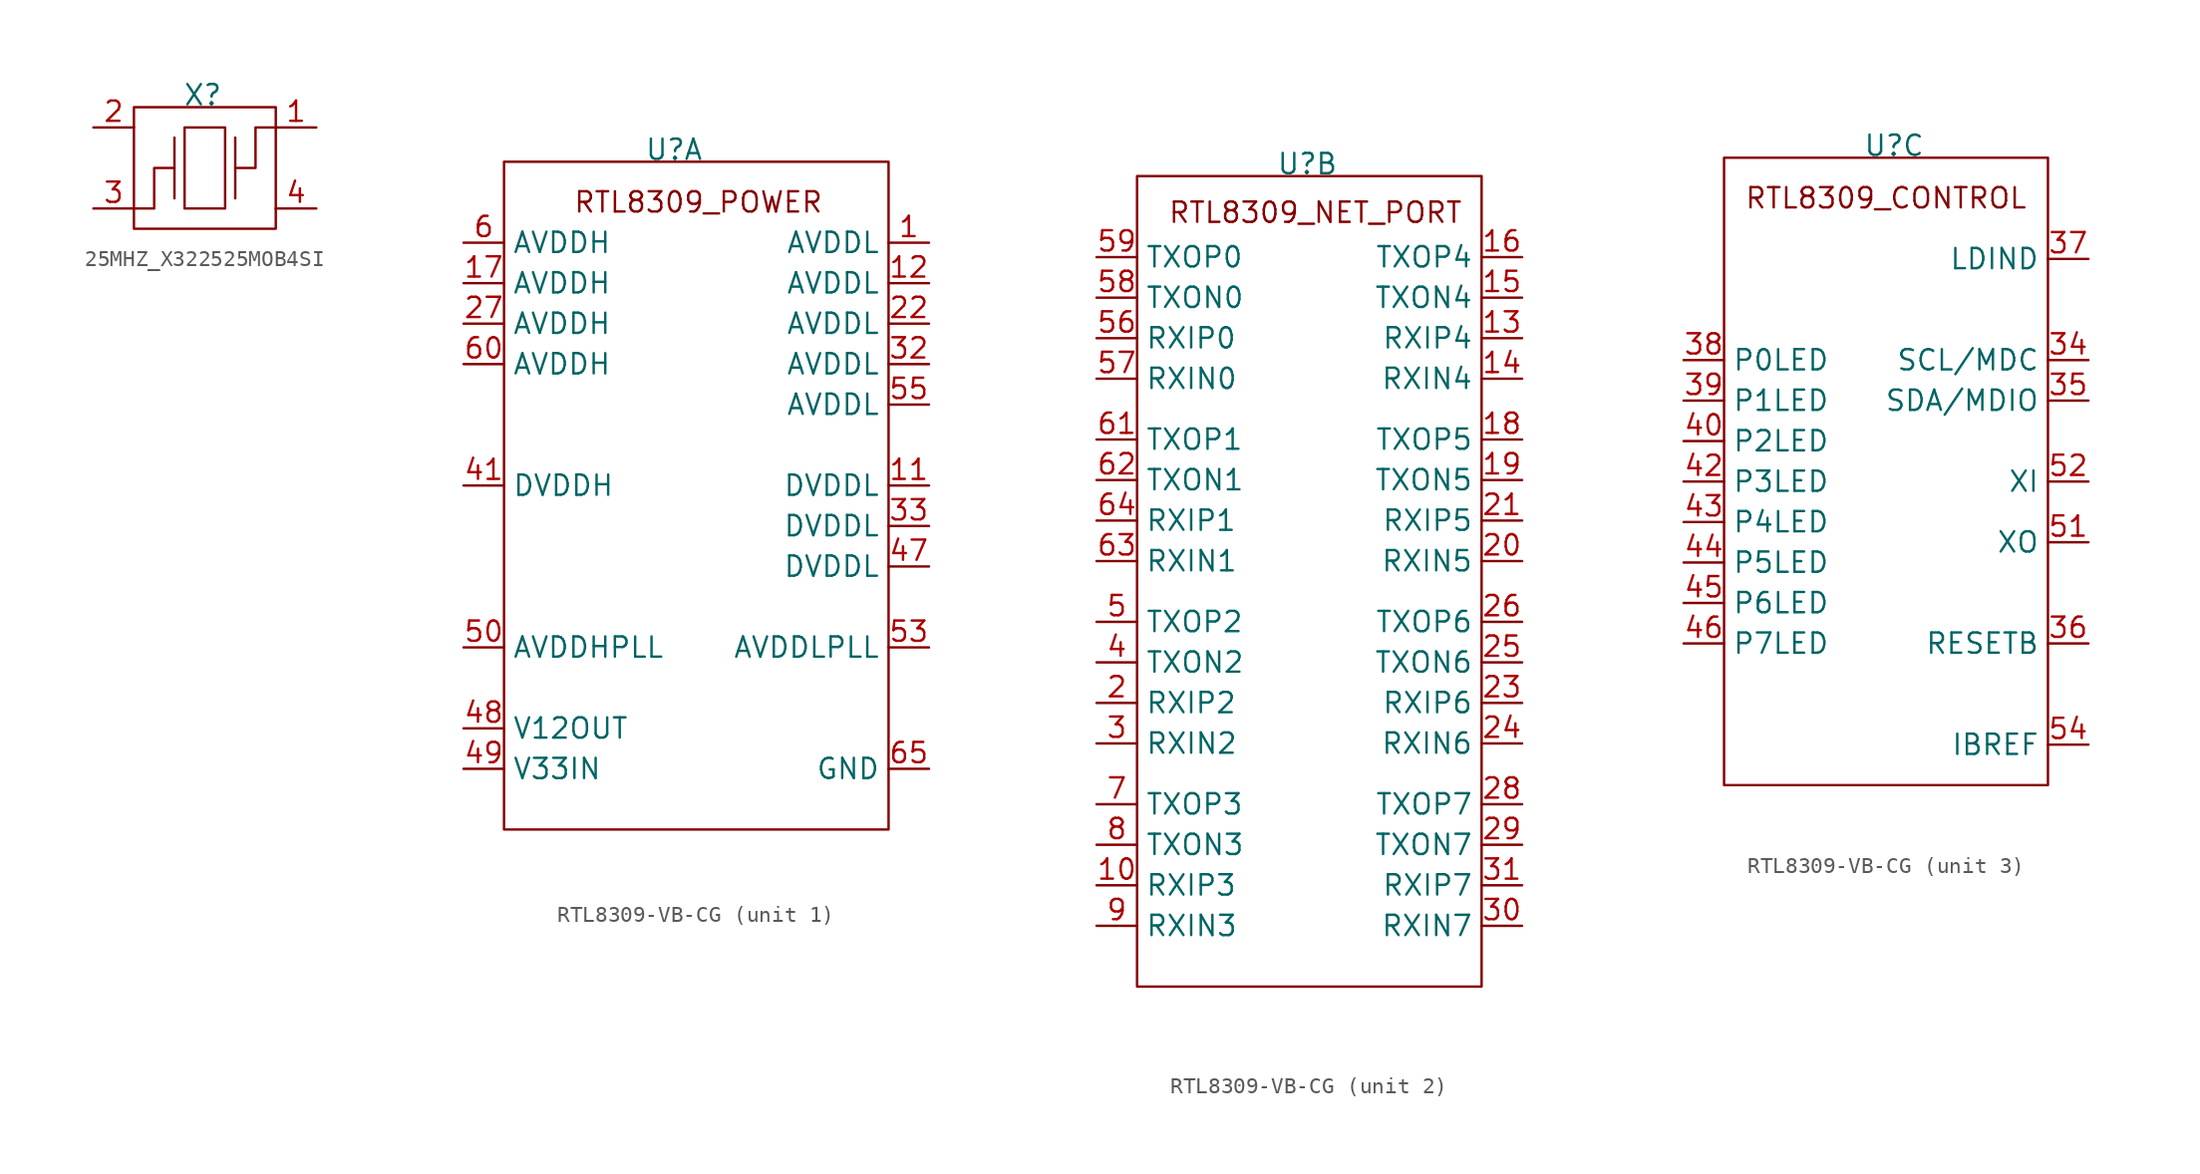
<source format=kicad_sym>
(kicad_symbol_lib
  (version 20231120)
  (generator "kicad_symbol_editor")
  (generator_version "8.0")
  (symbol "25MHZ_X322525MOB4SI"
    (property "Reference" "X"
      (at 4.318 0.762 0)
      (effects (font (size 1.27 1.27))))
    (property "Value" ""
      (at 0 0 0)
      (effects (font (size 1.27 1.27))))
    (symbol "25MHZ_X322525MOB4SI_0_1"
      (polyline (pts (xy 2.54 -1.905) (xy 2.54 -5.715)) (stroke (width 0) (type default)) (fill (type none)))
      (polyline (pts (xy 6.35 -1.905) (xy 6.35 -5.715)) (stroke (width 0) (type default)) (fill (type none)))
      (polyline (pts (xy 2.54 -3.81) (xy 1.27 -3.81) (xy 1.27 -6.35) (xy 0 -6.35)) (stroke (width 0) (type default)) (fill (type none)))
      (polyline (pts (xy 6.35 -3.81) (xy 7.62 -3.81) (xy 7.62 -1.27) (xy 8.89 -1.27)) (stroke (width 0) (type default)) (fill (type none)))
      (rectangle (start 0 0) (end 8.89 -7.62) (stroke (width 0) (type default)) (fill (type none)))
      (rectangle (start 3.175 -1.27) (end 5.715 -6.35) (stroke (width 0) (type default)) (fill (type none))))
    (symbol "25MHZ_X322525MOB4SI_1_1"
      (pin bidirectional line (at 11.43 -1.27 180) (length 2.54) (name "" (effects (font (size 1.27 1.27)))) (number "1" (effects (font (size 1.27 1.27)))))
      (pin bidirectional line (at -2.54 -1.27 0) (length 2.54) (name "" (effects (font (size 1.27 1.27)))) (number "2" (effects (font (size 1.27 1.27)))))
      (pin bidirectional line (at -2.54 -6.35 0) (length 2.54) (name "" (effects (font (size 1.27 1.27)))) (number "3" (effects (font (size 1.27 1.27)))))
      (pin bidirectional line (at 11.43 -6.35 180) (length 2.54) (name "" (effects (font (size 1.27 1.27)))) (number "4" (effects (font (size 1.27 1.27)))))))
  (symbol "RTL8309-VB-CG"
    (property "Reference" "U"
      (at 10.668 0.762 0)
      (effects (font (size 1.27 1.27))))
    (property "Value" ""
      (at 0 0 0)
      (effects (font (size 1.27 1.27))))
    (property "ki_locked" ""
      (at 0 0 0)
      (effects (font (size 1.27 1.27))))
    (symbol "RTL8309-VB-CG_1_1"
      (rectangle (start 0 0) (end 24.13 -41.91) (stroke (width 0) (type default)) (fill (type none)))
      (text "RTL8309_POWER" (at 12.192 -2.54 0) (effects (font (size 1.27 1.27))))
      (pin power_in line (at 26.67 -5.08 180) (length 2.54) (name "AVDDL" (effects (font (size 1.27 1.27)))) (number "1" (effects (font (size 1.27 1.27)))))
      (pin power_in line (at 26.67 -20.32 180) (length 2.54) (name "DVDDL" (effects (font (size 1.27 1.27)))) (number "11" (effects (font (size 1.27 1.27)))))
      (pin power_in line (at 26.67 -7.62 180) (length 2.54) (name "AVDDL" (effects (font (size 1.27 1.27)))) (number "12" (effects (font (size 1.27 1.27)))))
      (pin power_in line (at -2.54 -7.62 0) (length 2.54) (name "AVDDH" (effects (font (size 1.27 1.27)))) (number "17" (effects (font (size 1.27 1.27)))))
      (pin power_in line (at 26.67 -10.16 180) (length 2.54) (name "AVDDL" (effects (font (size 1.27 1.27)))) (number "22" (effects (font (size 1.27 1.27)))))
      (pin power_in line (at -2.54 -10.16 0) (length 2.54) (name "AVDDH" (effects (font (size 1.27 1.27)))) (number "27" (effects (font (size 1.27 1.27)))))
      (pin power_in line (at 26.67 -12.7 180) (length 2.54) (name "AVDDL" (effects (font (size 1.27 1.27)))) (number "32" (effects (font (size 1.27 1.27)))))
      (pin power_in line (at 26.67 -22.86 180) (length 2.54) (name "DVDDL" (effects (font (size 1.27 1.27)))) (number "33" (effects (font (size 1.27 1.27)))))
      (pin power_in line (at -2.54 -20.32 0) (length 2.54) (name "DVDDH" (effects (font (size 1.27 1.27)))) (number "41" (effects (font (size 1.27 1.27)))))
      (pin power_in line (at 26.67 -25.4 180) (length 2.54) (name "DVDDL" (effects (font (size 1.27 1.27)))) (number "47" (effects (font (size 1.27 1.27)))))
      (pin power_out line (at -2.54 -35.56 0) (length 2.54) (name "V12OUT" (effects (font (size 1.27 1.27)))) (number "48" (effects (font (size 1.27 1.27)))))
      (pin power_in line (at -2.54 -38.1 0) (length 2.54) (name "V33IN" (effects (font (size 1.27 1.27)))) (number "49" (effects (font (size 1.27 1.27)))))
      (pin power_in line (at -2.54 -30.48 0) (length 2.54) (name "AVDDHPLL" (effects (font (size 1.27 1.27)))) (number "50" (effects (font (size 1.27 1.27)))))
      (pin power_in line (at 26.67 -30.48 180) (length 2.54) (name "AVDDLPLL" (effects (font (size 1.27 1.27)))) (number "53" (effects (font (size 1.27 1.27)))))
      (pin power_in line (at 26.67 -15.24 180) (length 2.54) (name "AVDDL" (effects (font (size 1.27 1.27)))) (number "55" (effects (font (size 1.27 1.27)))))
      (pin power_in line (at -2.54 -5.08 0) (length 2.54) (name "AVDDH" (effects (font (size 1.27 1.27)))) (number "6" (effects (font (size 1.27 1.27)))))
      (pin power_in line (at -2.54 -12.7 0) (length 2.54) (name "AVDDH" (effects (font (size 1.27 1.27)))) (number "60" (effects (font (size 1.27 1.27)))))
      (pin power_in line (at 26.67 -38.1 180) (length 2.54) (name "GND" (effects (font (size 1.27 1.27)))) (number "65" (effects (font (size 1.27 1.27))))))
    (symbol "RTL8309-VB-CG_2_1"
      (rectangle (start 0 0) (end 21.59 -50.8) (stroke (width 0) (type default)) (fill (type none)))
      (text "RTL8309_NET_PORT\n" (at 11.176 -2.286 0) (effects (font (size 1.27 1.27))))
      (pin bidirectional line (at -2.54 -44.45 0) (length 2.54) (name "RXIP3" (effects (font (size 1.27 1.27)))) (number "10" (effects (font (size 1.27 1.27)))))
      (pin bidirectional line (at 24.13 -10.16 180) (length 2.54) (name "RXIP4" (effects (font (size 1.27 1.27)))) (number "13" (effects (font (size 1.27 1.27)))))
      (pin bidirectional line (at 24.13 -12.7 180) (length 2.54) (name "RXIN4" (effects (font (size 1.27 1.27)))) (number "14" (effects (font (size 1.27 1.27)))))
      (pin bidirectional line (at 24.13 -7.62 180) (length 2.54) (name "TXON4" (effects (font (size 1.27 1.27)))) (number "15" (effects (font (size 1.27 1.27)))))
      (pin bidirectional line (at 24.13 -5.08 180) (length 2.54) (name "TXOP4" (effects (font (size 1.27 1.27)))) (number "16" (effects (font (size 1.27 1.27)))))
      (pin bidirectional line (at 24.13 -16.51 180) (length 2.54) (name "TXOP5" (effects (font (size 1.27 1.27)))) (number "18" (effects (font (size 1.27 1.27)))))
      (pin bidirectional line (at 24.13 -19.05 180) (length 2.54) (name "TXON5" (effects (font (size 1.27 1.27)))) (number "19" (effects (font (size 1.27 1.27)))))
      (pin bidirectional line (at -2.54 -33.02 0) (length 2.54) (name "RXIP2" (effects (font (size 1.27 1.27)))) (number "2" (effects (font (size 1.27 1.27)))))
      (pin bidirectional line (at 24.13 -24.13 180) (length 2.54) (name "RXIN5" (effects (font (size 1.27 1.27)))) (number "20" (effects (font (size 1.27 1.27)))))
      (pin bidirectional line (at 24.13 -21.59 180) (length 2.54) (name "RXIP5" (effects (font (size 1.27 1.27)))) (number "21" (effects (font (size 1.27 1.27)))))
      (pin bidirectional line (at 24.13 -33.02 180) (length 2.54) (name "RXIP6" (effects (font (size 1.27 1.27)))) (number "23" (effects (font (size 1.27 1.27)))))
      (pin bidirectional line (at 24.13 -35.56 180) (length 2.54) (name "RXIN6" (effects (font (size 1.27 1.27)))) (number "24" (effects (font (size 1.27 1.27)))))
      (pin bidirectional line (at 24.13 -30.48 180) (length 2.54) (name "TXON6" (effects (font (size 1.27 1.27)))) (number "25" (effects (font (size 1.27 1.27)))))
      (pin bidirectional line (at 24.13 -27.94 180) (length 2.54) (name "TXOP6" (effects (font (size 1.27 1.27)))) (number "26" (effects (font (size 1.27 1.27)))))
      (pin bidirectional line (at 24.13 -39.37 180) (length 2.54) (name "TXOP7" (effects (font (size 1.27 1.27)))) (number "28" (effects (font (size 1.27 1.27)))))
      (pin bidirectional line (at 24.13 -41.91 180) (length 2.54) (name "TXON7" (effects (font (size 1.27 1.27)))) (number "29" (effects (font (size 1.27 1.27)))))
      (pin bidirectional line (at -2.54 -35.56 0) (length 2.54) (name "RXIN2" (effects (font (size 1.27 1.27)))) (number "3" (effects (font (size 1.27 1.27)))))
      (pin bidirectional line (at 24.13 -46.99 180) (length 2.54) (name "RXIN7" (effects (font (size 1.27 1.27)))) (number "30" (effects (font (size 1.27 1.27)))))
      (pin bidirectional line (at 24.13 -44.45 180) (length 2.54) (name "RXIP7" (effects (font (size 1.27 1.27)))) (number "31" (effects (font (size 1.27 1.27)))))
      (pin bidirectional line (at -2.54 -30.48 0) (length 2.54) (name "TXON2" (effects (font (size 1.27 1.27)))) (number "4" (effects (font (size 1.27 1.27)))))
      (pin bidirectional line (at -2.54 -27.94 0) (length 2.54) (name "TXOP2" (effects (font (size 1.27 1.27)))) (number "5" (effects (font (size 1.27 1.27)))))
      (pin bidirectional line (at -2.54 -10.16 0) (length 2.54) (name "RXIP0" (effects (font (size 1.27 1.27)))) (number "56" (effects (font (size 1.27 1.27)))))
      (pin bidirectional line (at -2.54 -12.7 0) (length 2.54) (name "RXIN0" (effects (font (size 1.27 1.27)))) (number "57" (effects (font (size 1.27 1.27)))))
      (pin bidirectional line (at -2.54 -7.62 0) (length 2.54) (name "TXON0" (effects (font (size 1.27 1.27)))) (number "58" (effects (font (size 1.27 1.27)))))
      (pin bidirectional line (at -2.54 -5.08 0) (length 2.54) (name "TXOP0" (effects (font (size 1.27 1.27)))) (number "59" (effects (font (size 1.27 1.27)))))
      (pin bidirectional line (at -2.54 -16.51 0) (length 2.54) (name "TXOP1" (effects (font (size 1.27 1.27)))) (number "61" (effects (font (size 1.27 1.27)))))
      (pin bidirectional line (at -2.54 -19.05 0) (length 2.54) (name "TXON1" (effects (font (size 1.27 1.27)))) (number "62" (effects (font (size 1.27 1.27)))))
      (pin bidirectional line (at -2.54 -24.13 0) (length 2.54) (name "RXIN1" (effects (font (size 1.27 1.27)))) (number "63" (effects (font (size 1.27 1.27)))))
      (pin bidirectional line (at -2.54 -21.59 0) (length 2.54) (name "RXIP1" (effects (font (size 1.27 1.27)))) (number "64" (effects (font (size 1.27 1.27)))))
      (pin bidirectional line (at -2.54 -39.37 0) (length 2.54) (name "TXOP3" (effects (font (size 1.27 1.27)))) (number "7" (effects (font (size 1.27 1.27)))))
      (pin bidirectional line (at -2.54 -41.91 0) (length 2.54) (name "TXON3" (effects (font (size 1.27 1.27)))) (number "8" (effects (font (size 1.27 1.27)))))
      (pin bidirectional line (at -2.54 -46.99 0) (length 2.54) (name "RXIN3" (effects (font (size 1.27 1.27)))) (number "9" (effects (font (size 1.27 1.27))))))
    (symbol "RTL8309-VB-CG_3_1"
      (rectangle (start 0 0) (end 20.32 -39.37) (stroke (width 0) (type default)) (fill (type none)))
      (text "RTL8309_CONTROL\n\n" (at 10.16 -3.556 0) (effects (font (size 1.27 1.27))))
      (pin bidirectional line (at 22.86 -12.7 180) (length 2.54) (name "SCL/MDC" (effects (font (size 1.27 1.27)))) (number "34" (effects (font (size 1.27 1.27)))))
      (pin bidirectional line (at 22.86 -15.24 180) (length 2.54) (name "SDA/MDIO" (effects (font (size 1.27 1.27)))) (number "35" (effects (font (size 1.27 1.27)))))
      (pin input line (at 22.86 -30.48 180) (length 2.54) (name "RESETB" (effects (font (size 1.27 1.27)))) (number "36" (effects (font (size 1.27 1.27)))))
      (pin bidirectional line (at 22.86 -6.35 180) (length 2.54) (name "LDIND" (effects (font (size 1.27 1.27)))) (number "37" (effects (font (size 1.27 1.27)))))
      (pin bidirectional line (at -2.54 -12.7 0) (length 2.54) (name "P0LED" (effects (font (size 1.27 1.27)))) (number "38" (effects (font (size 1.27 1.27)))))
      (pin bidirectional line (at -2.54 -15.24 0) (length 2.54) (name "P1LED" (effects (font (size 1.27 1.27)))) (number "39" (effects (font (size 1.27 1.27)))))
      (pin bidirectional line (at -2.54 -17.78 0) (length 2.54) (name "P2LED" (effects (font (size 1.27 1.27)))) (number "40" (effects (font (size 1.27 1.27)))))
      (pin bidirectional line (at -2.54 -20.32 0) (length 2.54) (name "P3LED" (effects (font (size 1.27 1.27)))) (number "42" (effects (font (size 1.27 1.27)))))
      (pin bidirectional line (at -2.54 -22.86 0) (length 2.54) (name "P4LED" (effects (font (size 1.27 1.27)))) (number "43" (effects (font (size 1.27 1.27)))))
      (pin bidirectional line (at -2.54 -25.4 0) (length 2.54) (name "P5LED" (effects (font (size 1.27 1.27)))) (number "44" (effects (font (size 1.27 1.27)))))
      (pin bidirectional line (at -2.54 -27.94 0) (length 2.54) (name "P6LED" (effects (font (size 1.27 1.27)))) (number "45" (effects (font (size 1.27 1.27)))))
      (pin bidirectional line (at -2.54 -30.48 0) (length 2.54) (name "P7LED" (effects (font (size 1.27 1.27)))) (number "46" (effects (font (size 1.27 1.27)))))
      (pin output line (at 22.86 -24.13 180) (length 2.54) (name "XO" (effects (font (size 1.27 1.27)))) (number "51" (effects (font (size 1.27 1.27)))))
      (pin input line (at 22.86 -20.32 180) (length 2.54) (name "XI" (effects (font (size 1.27 1.27)))) (number "52" (effects (font (size 1.27 1.27)))))
      (pin output line (at 22.86 -36.83 180) (length 2.54) (name "IBREF" (effects (font (size 1.27 1.27)))) (number "54" (effects (font (size 1.27 1.27))))))))
</source>
